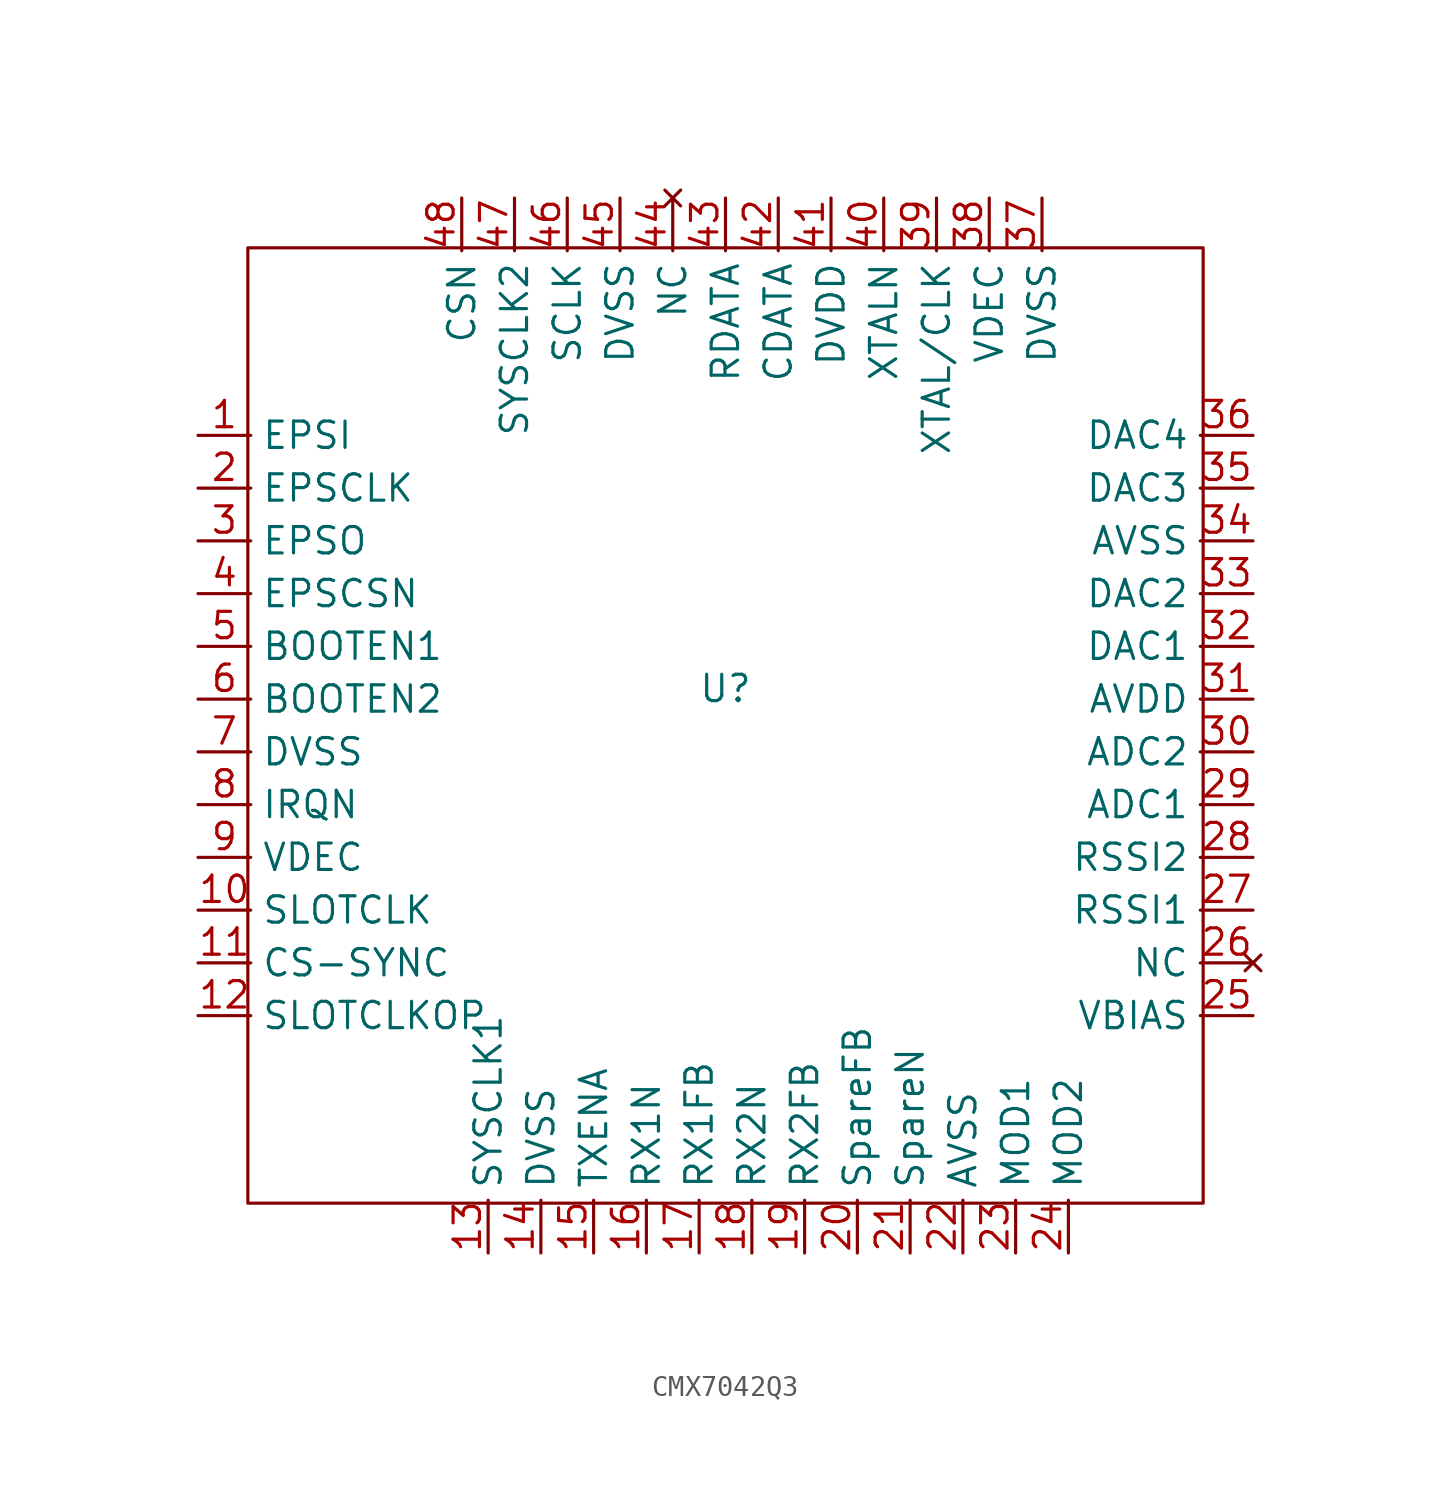
<source format=kicad_sym>
(kicad_symbol_lib
  (version 20231120)
  (generator "kicad_symbol_editor")
  (generator_version "8.0")
  (symbol "CMX7042Q3"
    (property "Reference" "U"
      (at 0 1.778 0)
      (effects (font (size 1.27 1.27))))
    (symbol "CMX7042Q3_0_1"
      (rectangle (start -23 23) (end 23 -23) (stroke (width 0) (type default)) (fill (type none))))
    (symbol "CMX7042Q3_1_1"
      (pin output line (at -25.4 13.97 0) (length 2.54) (name "EPSI" (effects (font (size 1.27 1.27)))) (number "1" (effects (font (size 1.27 1.27)))))
      (pin input line (at -25.4 -8.89 0) (length 2.54) (name "SLOTCLK" (effects (font (size 1.27 1.27)))) (number "10" (effects (font (size 1.27 1.27)))))
      (pin output line (at -25.4 -11.43 0) (length 2.54) (name "CS-SYNC" (effects (font (size 1.27 1.27)))) (number "11" (effects (font (size 1.27 1.27)))))
      (pin output line (at -25.4 -13.97 0) (length 2.54) (name "SLOTCLKOP" (effects (font (size 1.27 1.27)))) (number "12" (effects (font (size 1.27 1.27)))))
      (pin output line (at -11.43 -25.4 90) (length 2.54) (name "SYSCLK1" (effects (font (size 1.27 1.27)))) (number "13" (effects (font (size 1.27 1.27)))))
      (pin output line (at -8.89 -25.4 90) (length 2.54) (name "DVSS" (effects (font (size 1.27 1.27)))) (number "14" (effects (font (size 1.27 1.27)))))
      (pin output line (at -6.35 -25.4 90) (length 2.54) (name "TXENA" (effects (font (size 1.27 1.27)))) (number "15" (effects (font (size 1.27 1.27)))))
      (pin input line (at -3.81 -25.4 90) (length 2.54) (name "RX1N" (effects (font (size 1.27 1.27)))) (number "16" (effects (font (size 1.27 1.27)))))
      (pin output line (at -1.27 -25.4 90) (length 2.54) (name "RX1FB" (effects (font (size 1.27 1.27)))) (number "17" (effects (font (size 1.27 1.27)))))
      (pin input line (at 1.27 -25.4 90) (length 2.54) (name "RX2N" (effects (font (size 1.27 1.27)))) (number "18" (effects (font (size 1.27 1.27)))))
      (pin output line (at 3.81 -25.4 90) (length 2.54) (name "RX2FB" (effects (font (size 1.27 1.27)))) (number "19" (effects (font (size 1.27 1.27)))))
      (pin output line (at -25.4 11.43 0) (length 2.54) (name "EPSCLK" (effects (font (size 1.27 1.27)))) (number "2" (effects (font (size 1.27 1.27)))))
      (pin output line (at 6.35 -25.4 90) (length 2.54) (name "SpareFB" (effects (font (size 1.27 1.27)))) (number "20" (effects (font (size 1.27 1.27)))))
      (pin input line (at 8.89 -25.4 90) (length 2.54) (name "SpareN" (effects (font (size 1.27 1.27)))) (number "21" (effects (font (size 1.27 1.27)))))
      (pin power_in line (at 11.43 -25.4 90) (length 2.54) (name "AVSS" (effects (font (size 1.27 1.27)))) (number "22" (effects (font (size 1.27 1.27)))))
      (pin output line (at 13.97 -25.4 90) (length 2.54) (name "MOD1" (effects (font (size 1.27 1.27)))) (number "23" (effects (font (size 1.27 1.27)))))
      (pin output line (at 16.51 -25.4 90) (length 2.54) (name "MOD2" (effects (font (size 1.27 1.27)))) (number "24" (effects (font (size 1.27 1.27)))))
      (pin output line (at 25.4 -13.97 180) (length 2.54) (name "VBIAS" (effects (font (size 1.27 1.27)))) (number "25" (effects (font (size 1.27 1.27)))))
      (pin no_connect line (at 25.4 -11.43 180) (length 2.54) (name "NC" (effects (font (size 1.27 1.27)))) (number "26" (effects (font (size 1.27 1.27)))))
      (pin input line (at 25.4 -8.89 180) (length 2.54) (name "RSSI1" (effects (font (size 1.27 1.27)))) (number "27" (effects (font (size 1.27 1.27)))))
      (pin input line (at 25.4 -6.35 180) (length 2.54) (name "RSSI2" (effects (font (size 1.27 1.27)))) (number "28" (effects (font (size 1.27 1.27)))))
      (pin input line (at 25.4 -3.81 180) (length 2.54) (name "ADC1" (effects (font (size 1.27 1.27)))) (number "29" (effects (font (size 1.27 1.27)))))
      (pin input line (at -25.4 8.89 0) (length 2.54) (name "EPSO" (effects (font (size 1.27 1.27)))) (number "3" (effects (font (size 1.27 1.27)))))
      (pin input line (at 25.4 -1.27 180) (length 2.54) (name "ADC2" (effects (font (size 1.27 1.27)))) (number "30" (effects (font (size 1.27 1.27)))))
      (pin power_in line (at 25.4 1.27 180) (length 2.54) (name "AVDD" (effects (font (size 1.27 1.27)))) (number "31" (effects (font (size 1.27 1.27)))))
      (pin output line (at 25.4 3.81 180) (length 2.54) (name "DAC1" (effects (font (size 1.27 1.27)))) (number "32" (effects (font (size 1.27 1.27)))))
      (pin output line (at 25.4 6.35 180) (length 2.54) (name "DAC2" (effects (font (size 1.27 1.27)))) (number "33" (effects (font (size 1.27 1.27)))))
      (pin power_in line (at 25.4 8.89 180) (length 2.54) (name "AVSS" (effects (font (size 1.27 1.27)))) (number "34" (effects (font (size 1.27 1.27)))))
      (pin output line (at 25.4 11.43 180) (length 2.54) (name "DAC3" (effects (font (size 1.27 1.27)))) (number "35" (effects (font (size 1.27 1.27)))))
      (pin bidirectional line (at 25.4 13.97 180) (length 2.54) (name "DAC4" (effects (font (size 1.27 1.27)))) (number "36" (effects (font (size 1.27 1.27)))))
      (pin power_in line (at 15.24 25.4 270) (length 2.54) (name "DVSS" (effects (font (size 1.27 1.27)))) (number "37" (effects (font (size 1.27 1.27)))))
      (pin power_out line (at 12.7 25.4 270) (length 2.54) (name "VDEC" (effects (font (size 1.27 1.27)))) (number "38" (effects (font (size 1.27 1.27)))))
      (pin input line (at 10.16 25.4 270) (length 2.54) (name "XTAL/CLK" (effects (font (size 1.27 1.27)))) (number "39" (effects (font (size 1.27 1.27)))))
      (pin output line (at -25.4 6.35 0) (length 2.54) (name "EPSCSN" (effects (font (size 1.27 1.27)))) (number "4" (effects (font (size 1.27 1.27)))))
      (pin output line (at 7.62 25.4 270) (length 2.54) (name "XTALN" (effects (font (size 1.27 1.27)))) (number "40" (effects (font (size 1.27 1.27)))))
      (pin power_in line (at 5.08 25.4 270) (length 2.54) (name "DVDD" (effects (font (size 1.27 1.27)))) (number "41" (effects (font (size 1.27 1.27)))))
      (pin input line (at 2.54 25.4 270) (length 2.54) (name "CDATA" (effects (font (size 1.27 1.27)))) (number "42" (effects (font (size 1.27 1.27)))))
      (pin output line (at 0 25.4 270) (length 2.54) (name "RDATA" (effects (font (size 1.27 1.27)))) (number "43" (effects (font (size 1.27 1.27)))))
      (pin no_connect line (at -2.54 25.4 270) (length 2.54) (name "NC" (effects (font (size 1.27 1.27)))) (number "44" (effects (font (size 1.27 1.27)))))
      (pin power_in line (at -5.08 25.4 270) (length 2.54) (name "DVSS" (effects (font (size 1.27 1.27)))) (number "45" (effects (font (size 1.27 1.27)))))
      (pin input line (at -7.62 25.4 270) (length 2.54) (name "SCLK" (effects (font (size 1.27 1.27)))) (number "46" (effects (font (size 1.27 1.27)))))
      (pin output line (at -10.16 25.4 270) (length 2.54) (name "SYSCLK2" (effects (font (size 1.27 1.27)))) (number "47" (effects (font (size 1.27 1.27)))))
      (pin input line (at -12.7 25.4 270) (length 2.54) (name "CSN" (effects (font (size 1.27 1.27)))) (number "48" (effects (font (size 1.27 1.27)))))
      (pin input line (at -25.4 3.81 0) (length 2.54) (name "BOOTEN1" (effects (font (size 1.27 1.27)))) (number "5" (effects (font (size 1.27 1.27)))))
      (pin output line (at -25.4 1.27 0) (length 2.54) (name "BOOTEN2" (effects (font (size 1.27 1.27)))) (number "6" (effects (font (size 1.27 1.27)))))
      (pin power_in line (at -25.4 -1.27 0) (length 2.54) (name "DVSS" (effects (font (size 1.27 1.27)))) (number "7" (effects (font (size 1.27 1.27)))))
      (pin output line (at -25.4 -3.81 0) (length 2.54) (name "IRQN" (effects (font (size 1.27 1.27)))) (number "8" (effects (font (size 1.27 1.27)))))
      (pin power_out line (at -25.4 -6.35 0) (length 2.54) (name "VDEC" (effects (font (size 1.27 1.27)))) (number "9" (effects (font (size 1.27 1.27))))))))
</source>
